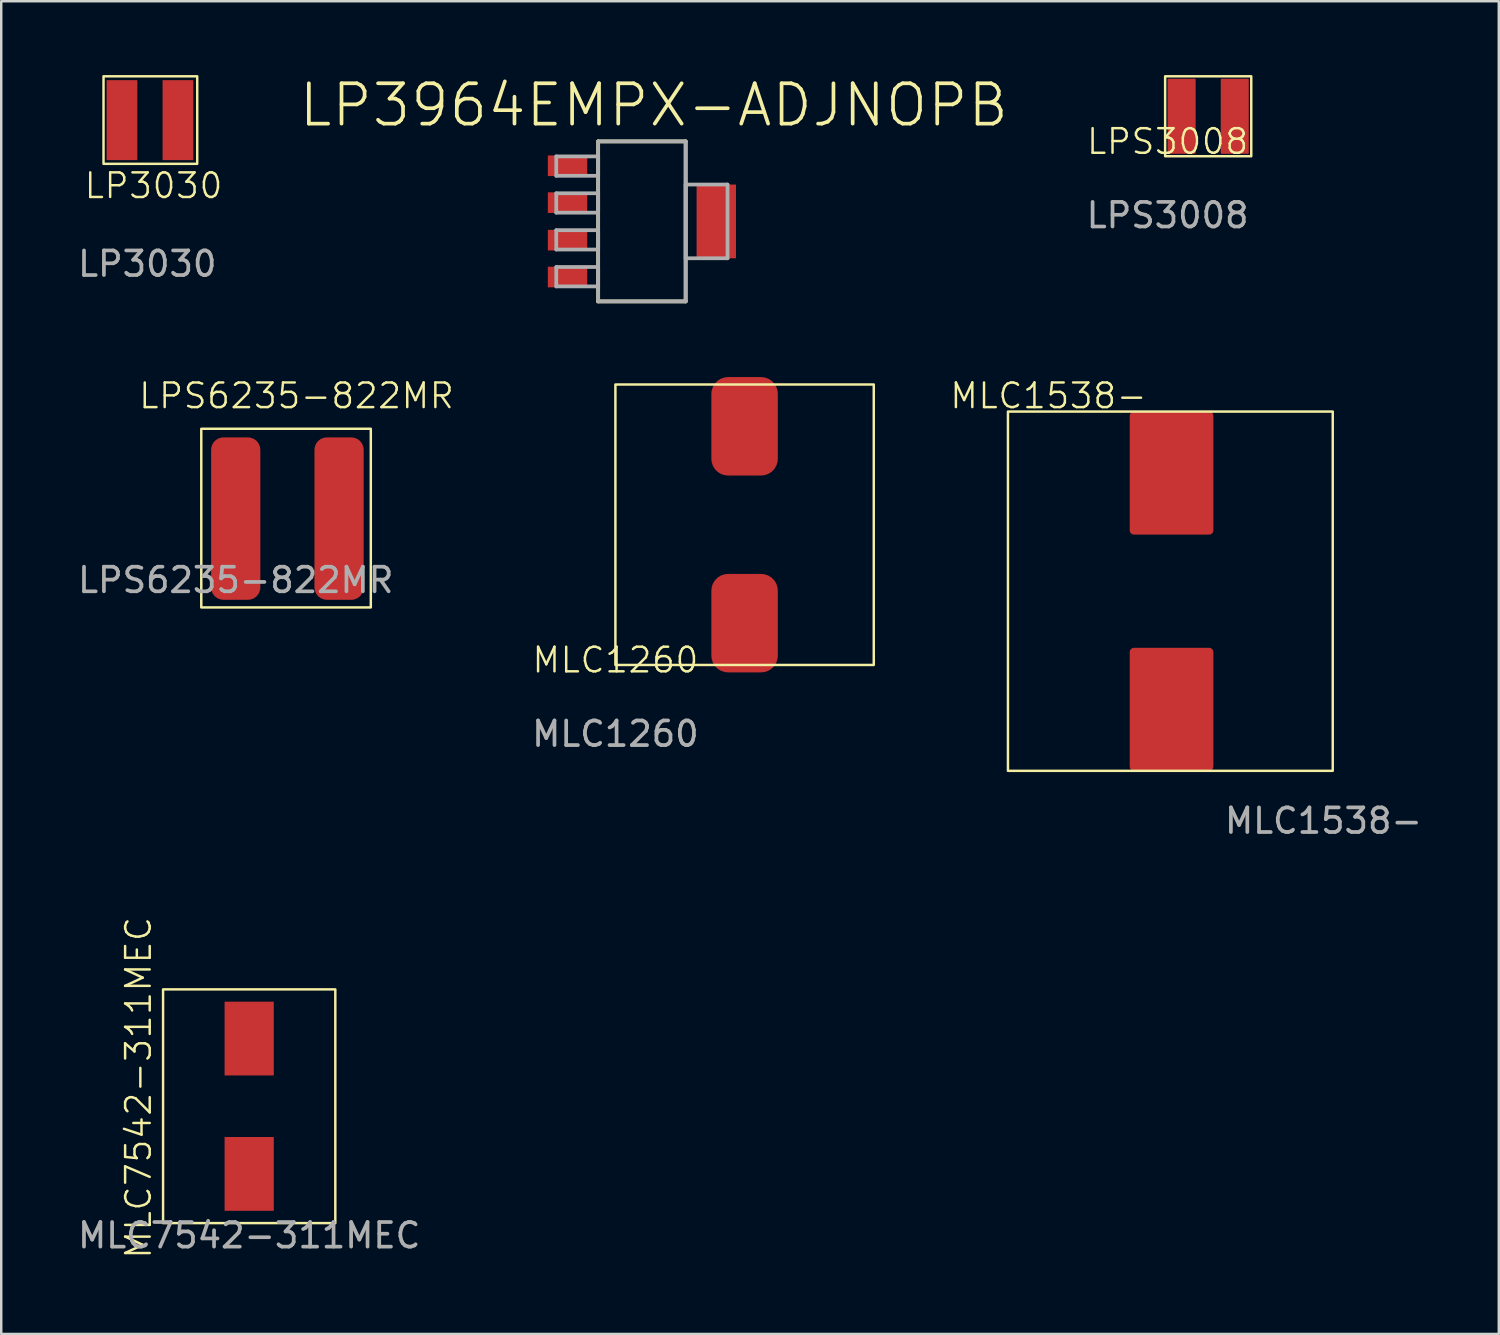
<source format=kicad_pcb>
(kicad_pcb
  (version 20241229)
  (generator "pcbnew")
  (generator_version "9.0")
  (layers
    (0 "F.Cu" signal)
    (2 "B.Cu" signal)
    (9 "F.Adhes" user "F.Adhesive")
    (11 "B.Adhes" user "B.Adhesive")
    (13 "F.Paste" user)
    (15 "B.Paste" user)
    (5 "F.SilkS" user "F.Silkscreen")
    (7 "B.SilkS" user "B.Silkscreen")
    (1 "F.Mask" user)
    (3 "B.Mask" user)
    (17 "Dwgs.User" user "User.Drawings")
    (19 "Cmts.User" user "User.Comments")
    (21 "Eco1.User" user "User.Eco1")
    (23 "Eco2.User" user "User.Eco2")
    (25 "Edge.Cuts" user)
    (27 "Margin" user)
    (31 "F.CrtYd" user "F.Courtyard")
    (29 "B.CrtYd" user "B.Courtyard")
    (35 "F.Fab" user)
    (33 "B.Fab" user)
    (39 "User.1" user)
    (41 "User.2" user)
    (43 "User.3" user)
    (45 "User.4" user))
  (footprint "MLC1538-"
    (layer "F.Cu")
    (at 42.862 28.276)
    (property "Reference" "MLC1538-" (at -3.302 -15.24 0) (unlocked yes) (layer "F.SilkS") (effects (font (size 1 1) (thickness 0.1))))
    (attr smd)
    (fp_rect (start -4.949 -14.6) (end 8.251 0) (stroke (width 0.1) (type default)) (fill no) (layer "F.SilkS"))
    (fp_text user "${REFERENCE}" (at 7.874 2.032 0) (unlocked yes) (layer "F.Fab") (effects (font (size 1 1) (thickness 0.15))))
    (pad "1" smd roundrect (at 1.7 -12.1) (size 3.4 5) (layers "F.Cu" "F.Mask" "F.Paste") (roundrect_rratio 0.05))
    (pad "2" smd roundrect (at 1.7 -2.5) (size 3.4 5) (layers "F.Cu" "F.Mask" "F.Paste") (roundrect_rratio 0.05)))
  (footprint "MLC1260"
    (layer "F.Cu")
    (at 21.96 24.275)
    (property "Reference" "MLC1260" (at 0 -0.5 0) (unlocked yes) (layer "F.SilkS") (effects (font (size 1 1) (thickness 0.1))))
    (attr smd)
    (fp_rect (start 0 -11.7) (end 10.5 -0.3) (stroke (width 0.1) (type default)) (fill no) (layer "F.SilkS"))
    (fp_text user "${REFERENCE}" (at 0 2.5 0) (unlocked yes) (layer "F.Fab") (effects (font (size 1 1) (thickness 0.15))))
    (pad "1" smd roundrect (at 5.25 -2) (size 2.7 4) (layers "F.Cu" "F.Mask" "F.Paste") (roundrect_rratio 0.25))
    (pad "2" smd roundrect (at 5.25 -10) (size 2.7 4) (layers "F.Cu" "F.Mask" "F.Paste") (roundrect_rratio 0.25)))
  (footprint "LPS6235-822MR"
    (layer "F.Cu")
    (at 6.53 18.026)
    (property "Reference" "LPS6235-822MR" (at 2.47 -4.99 0) (unlocked yes) (layer "F.SilkS") (effects (font (size 1 1) (thickness 0.1))))
    (attr smd)
    (fp_rect (start -1.4 -3.65) (end 5.49 3.61) (stroke (width 0.1) (type default)) (fill no) (layer "F.SilkS"))
    (fp_text user "${REFERENCE}" (at 0 2.5 0) (unlocked yes) (layer "F.Fab") (effects (font (size 1 1) (thickness 0.15))))
    (pad "1" smd roundrect (at 0 0) (size 2 6.6) (layers "F.Cu" "F.Mask" "F.Paste") (roundrect_rratio 0.25))
    (pad "2" smd roundrect (at 4.2 0) (size 2 6.6) (layers "F.Cu" "F.Mask" "F.Paste") (roundrect_rratio 0.25)))
  (footprint "LP3964EMPX-ADJNOPB"
    (layer "F.Cu")
    (at 23.037 5.948)
    (property "Reference" "LP3964EMPX-ADJNOPB" (at 0.483 -4.725 0) (layer "F.SilkS") (effects (font (size 1.64 1.64) (thickness 0.15))))
    (attr smd)
    (fp_line (start -1.778 -3.251) (end -1.778 3.251) (stroke (width 0.152) (type solid)) (layer "F.SilkS"))
    (fp_line (start -1.778 3.251) (end 1.778 3.251) (stroke (width 0.152) (type solid)) (layer "F.SilkS"))
    (fp_line (start 1.778 -3.251) (end -1.778 -3.251) (stroke (width 0.152) (type solid)) (layer "F.SilkS"))
    (fp_line (start 1.778 3.251) (end 1.778 -3.251) (stroke (width 0.152) (type solid)) (layer "F.SilkS"))
    (fp_line (start -3.48 -2.642) (end -3.48 -1.854) (stroke (width 0.152) (type solid)) (layer "F.Fab"))
    (fp_line (start -3.48 -1.854) (end -1.778 -1.854) (stroke (width 0.152) (type solid)) (layer "F.Fab"))
    (fp_line (start -3.48 -1.143) (end -3.48 -0.356) (stroke (width 0.152) (type solid)) (layer "F.Fab"))
    (fp_line (start -3.48 -0.356) (end -1.778 -0.356) (stroke (width 0.152) (type solid)) (layer "F.Fab"))
    (fp_line (start -3.48 0.356) (end -3.48 1.143) (stroke (width 0.152) (type solid)) (layer "F.Fab"))
    (fp_line (start -3.48 1.143) (end -1.778 1.143) (stroke (width 0.152) (type solid)) (layer "F.Fab"))
    (fp_line (start -3.48 1.854) (end -3.48 2.642) (stroke (width 0.152) (type solid)) (layer "F.Fab"))
    (fp_line (start -3.48 2.642) (end -1.778 2.642) (stroke (width 0.152) (type solid)) (layer "F.Fab"))
    (fp_line (start -1.778 -3.251) (end -1.778 3.251) (stroke (width 0.152) (type solid)) (layer "F.Fab"))
    (fp_line (start -1.778 -2.642) (end -3.48 -2.642) (stroke (width 0.152) (type solid)) (layer "F.Fab"))
    (fp_line (start -1.778 -1.854) (end -1.778 -2.642) (stroke (width 0.152) (type solid)) (layer "F.Fab"))
    (fp_line (start -1.778 -1.143) (end -3.48 -1.143) (stroke (width 0.152) (type solid)) (layer "F.Fab"))
    (fp_line (start -1.778 -0.356) (end -1.778 -1.143) (stroke (width 0.152) (type solid)) (layer "F.Fab"))
    (fp_line (start -1.778 0.356) (end -3.48 0.356) (stroke (width 0.152) (type solid)) (layer "F.Fab"))
    (fp_line (start -1.778 1.143) (end -1.778 0.356) (stroke (width 0.152) (type solid)) (layer "F.Fab"))
    (fp_line (start -1.778 1.854) (end -3.48 1.854) (stroke (width 0.152) (type solid)) (layer "F.Fab"))
    (fp_line (start -1.778 2.642) (end -1.778 1.854) (stroke (width 0.152) (type solid)) (layer "F.Fab"))
    (fp_line (start -1.778 3.251) (end 1.778 3.251) (stroke (width 0.152) (type solid)) (layer "F.Fab"))
    (fp_line (start 1.778 -3.251) (end -1.778 -3.251) (stroke (width 0.152) (type solid)) (layer "F.Fab"))
    (fp_line (start 1.778 -1.499) (end 1.778 1.499) (stroke (width 0.152) (type solid)) (layer "F.Fab"))
    (fp_line (start 1.778 1.499) (end 3.48 1.499) (stroke (width 0.152) (type solid)) (layer "F.Fab"))
    (fp_line (start 1.778 3.251) (end 1.778 -3.251) (stroke (width 0.152) (type solid)) (layer "F.Fab"))
    (fp_line (start 3.48 -1.499) (end 1.778 -1.499) (stroke (width 0.152) (type solid)) (layer "F.Fab"))
    (fp_line (start 3.48 1.499) (end 3.48 -1.499) (stroke (width 0.152) (type solid)) (layer "F.Fab"))
    (pad "1" smd rect (at -3.023 -2.261) (size 1.6 0.838) (layers "F.Cu" "F.Mask" "F.Paste"))
    (pad "2" smd rect (at -3.023 -0.762) (size 1.6 0.838) (layers "F.Cu" "F.Mask" "F.Paste"))
    (pad "3" smd rect (at -3.023 0.762) (size 1.6 0.838) (layers "F.Cu" "F.Mask" "F.Paste"))
    (pad "4" smd rect (at -3.023 2.261) (size 1.6 0.838) (layers "F.Cu" "F.Mask" "F.Paste"))
    (pad "5" smd rect (at 3.023 0) (size 1.6 2.997) (layers "F.Cu" "F.Mask" "F.Paste")))
  (footprint "LPS3008"
    (layer "F.Cu")
    (at 44.401 3.2)
    (property "Reference" "LPS3008" (at 0 -0.5 0) (unlocked yes) (layer "F.SilkS") (effects (font (size 1 1) (thickness 0.1))))
    (attr smd)
    (fp_rect (start -0.1 -3.15) (end 3.4 0.1) (stroke (width 0.1) (type default)) (fill no) (layer "F.SilkS"))
    (fp_text user "${REFERENCE}" (at 0 2.5 0) (unlocked yes) (layer "F.Fab") (effects (font (size 1 1) (thickness 0.15))))
    (pad "1" smd roundrect (at 0.57 -1.525) (size 1.14 3.05) (layers "F.Cu" "F.Mask" "F.Paste") (roundrect_rratio 0.03))
    (pad "2" smd roundrect (at 2.73 -1.525) (size 1.14 3.05) (layers "F.Cu" "F.Mask" "F.Paste") (roundrect_rratio 0.03)))
  (footprint "LP3030"
    (layer "F.Cu")
    (at 1.157 3.608)
    (property "Reference" "LP3030" (at 2.032 0.889 0) (unlocked yes) (layer "F.SilkS") (effects (font (size 1 1) (thickness 0.1))))
    (attr smd)
    (fp_rect (start 0 -3.558) (end 3.808 0) (stroke (width 0.1) (type default)) (fill no) (layer "F.SilkS"))
    (fp_text user "${REFERENCE}" (at 1.778 4.064 0) (unlocked yes) (layer "F.Fab") (effects (font (size 1 1) (thickness 0.15))))
    (pad "1" smd custom (at 0.75 -1.775 90) (size 3.25 1.25) (layers "F.Cu" "F.Mask" "F.Paste") (options (anchor rect)) (primitives))
    (pad "2" smd custom (at 3.025 -1.775 90) (size 3.25 1.25) (layers "F.Cu" "F.Mask" "F.Paste") (options (anchor rect)) (primitives)))
  (footprint "MLC7542-311MEC"
    (layer "F.Cu")
    (at 7.077 43.158)
    (property "Reference" "MLC7542-311MEC" (at -4.5 -2 90) (unlocked yes) (layer "F.SilkS") (effects (font (size 1 1) (thickness 0.1))))
    (attr smd)
    (fp_rect (start -3.5 -6) (end 3.5 3.5) (stroke (width 0.1) (type default)) (fill no) (layer "F.SilkS"))
    (fp_text user "${REFERENCE}" (at 0 4 0) (unlocked yes) (layer "F.Fab") (effects (font (size 1 1) (thickness 0.15))))
    (pad "1" smd roundrect (at 0 1.5) (size 2 3) (layers "F.Cu" "F.Mask" "F.Paste") (roundrect_rratio 0.01))
    (pad "2" smd roundrect (at 0 -4) (size 2 3) (layers "F.Cu" "F.Mask" "F.Paste") (roundrect_rratio 0.01)))
  (gr_rect
    (start -3 -3)
    (end 57.861 51.161)
    (stroke (width 0.1) (type default))
    (fill no)
    (layer "Edge.Cuts")))
</source>
